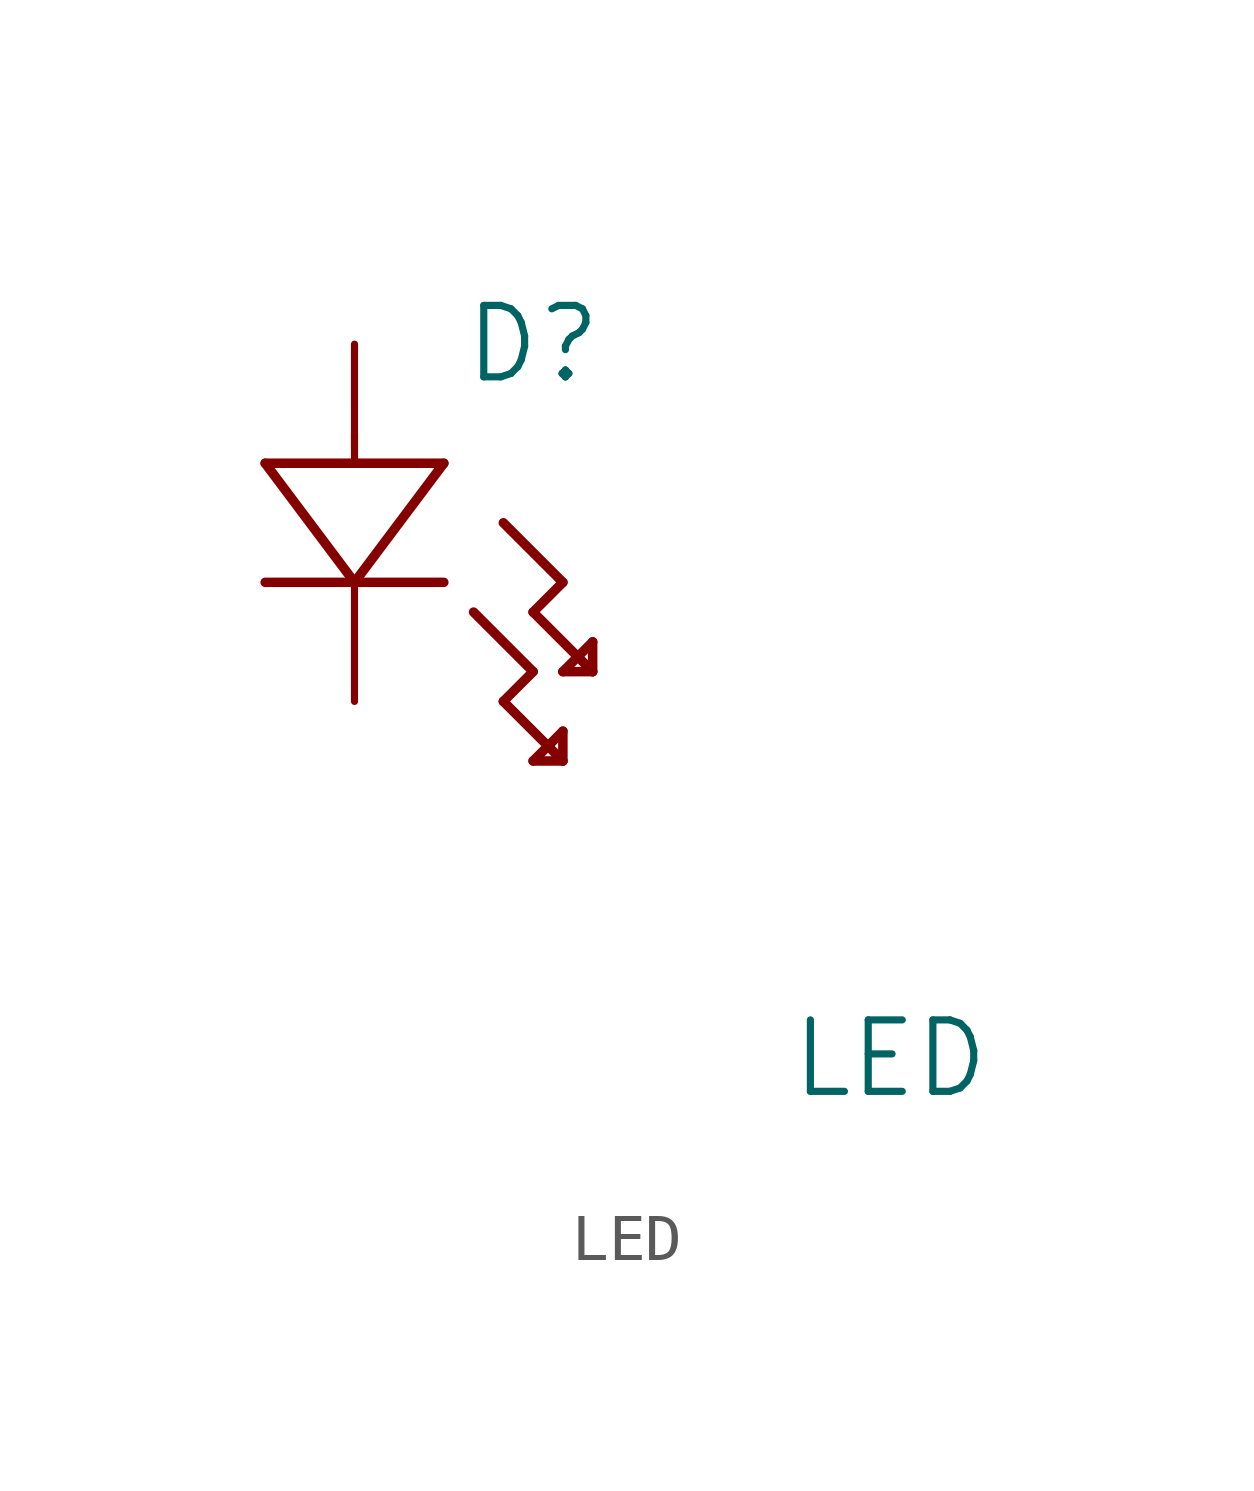
<source format=kicad_sym>
(kicad_symbol_lib
  (version 20211014)
  (generator kicad_symbol_editor)
  (symbol "LED"
    (pin_numbers hide)
    (pin_names hide)
    (property "Reference" "D"
      (at 3.81 5.08 0)
      (effects (font (size 1.524 1.524))))
    (property "Value" "LED"
      (at 11.43 -10.16 0)
      (effects (font (size 1.524 1.524))))
    (property "Datasheet" ""
      (at 0 6.35 90)
      (effects (font (size 1.524 1.524))))
    (property "ki_locked" ""
      (at 0 0 0)
      (effects (font (size 1.27 1.27))))
    (symbol "LED_1_1"
      (polyline (pts (xy -1.905 0) (xy 1.905 0)) (stroke (width 0.203) (type default) (color 0 0 0 0)) (fill (type none)))
      (polyline (pts (xy -1.905 2.54) (xy 0 0)) (stroke (width 0.203) (type default) (color 0 0 0 0)) (fill (type none)))
      (polyline (pts (xy 0 0) (xy 0 -1.27)) (stroke (width 0.152) (type default) (color 0 0 0 0)) (fill (type none)))
      (polyline (pts (xy 0 0) (xy 1.905 2.54)) (stroke (width 0.203) (type default) (color 0 0 0 0)) (fill (type none)))
      (polyline (pts (xy 0 3.175) (xy 0 2.54)) (stroke (width 0.152) (type default) (color 0 0 0 0)) (fill (type none)))
      (polyline (pts (xy 0 3.81) (xy 0 2.87)) (stroke (width 0.152) (type default) (color 0 0 0 0)) (fill (type none)))
      (polyline (pts (xy 1.905 2.54) (xy -1.905 2.54)) (stroke (width 0.203) (type default) (color 0 0 0 0)) (fill (type none)))
      (polyline (pts (xy 2.54 -0.635) (xy 3.81 -1.905)) (stroke (width 0.203) (type default) (color 0 0 0 0)) (fill (type none)))
      (polyline (pts (xy 3.175 -2.54) (xy 4.445 -3.81)) (stroke (width 0.203) (type default) (color 0 0 0 0)) (fill (type none)))
      (polyline (pts (xy 3.175 1.27) (xy 4.445 0)) (stroke (width 0.203) (type default) (color 0 0 0 0)) (fill (type none)))
      (polyline (pts (xy 3.81 -3.81) (xy 4.445 -3.81)) (stroke (width 0.203) (type default) (color 0 0 0 0)) (fill (type none)))
      (polyline (pts (xy 3.81 -1.905) (xy 3.175 -2.54)) (stroke (width 0.203) (type default) (color 0 0 0 0)) (fill (type none)))
      (polyline (pts (xy 3.81 -0.635) (xy 5.08 -1.905)) (stroke (width 0.203) (type default) (color 0 0 0 0)) (fill (type none)))
      (polyline (pts (xy 4.445 -3.81) (xy 4.445 -3.175)) (stroke (width 0.203) (type default) (color 0 0 0 0)) (fill (type none)))
      (polyline (pts (xy 4.445 -3.175) (xy 3.81 -3.81)) (stroke (width 0.203) (type default) (color 0 0 0 0)) (fill (type none)))
      (polyline (pts (xy 4.445 -1.905) (xy 5.08 -1.905)) (stroke (width 0.203) (type default) (color 0 0 0 0)) (fill (type none)))
      (polyline (pts (xy 4.445 0) (xy 3.81 -0.635)) (stroke (width 0.203) (type default) (color 0 0 0 0)) (fill (type none)))
      (polyline (pts (xy 5.08 -1.905) (xy 5.08 -1.27)) (stroke (width 0.203) (type default) (color 0 0 0 0)) (fill (type none)))
      (polyline (pts (xy 5.08 -1.27) (xy 4.445 -1.905)) (stroke (width 0.203) (type default) (color 0 0 0 0)) (fill (type none)))
      (pin passive line (at 0 -2.54 90) (length 1.27) (name "1" (effects (font (size 1.499 1.499)))) (number "1" (effects (font (size 1.499 1.499)))))
      (pin passive line (at 0 5.08 270) (length 1.27) (name "2" (effects (font (size 1.499 1.499)))) (number "2" (effects (font (size 1.499 1.499))))))))
</source>
